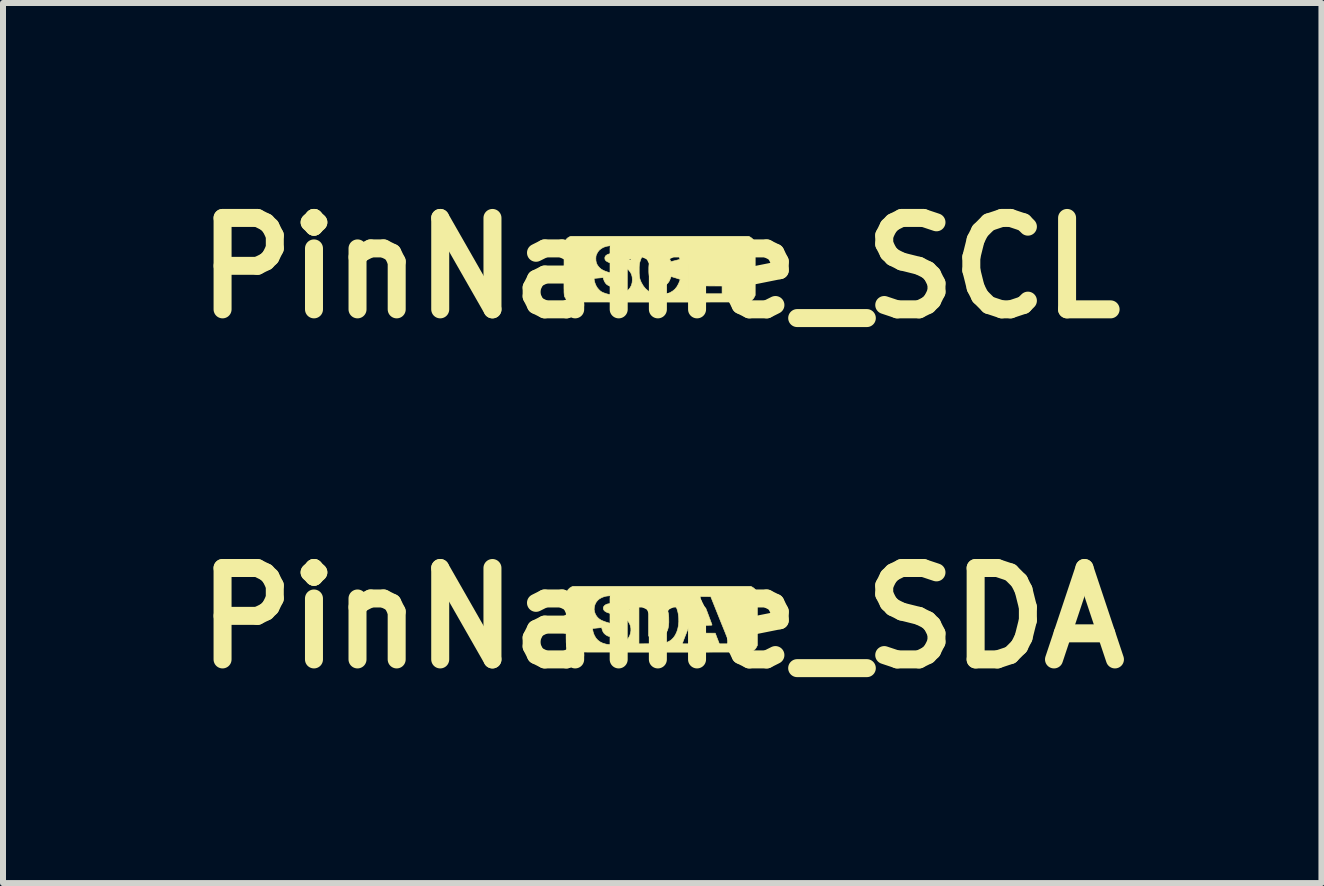
<source format=kicad_pcb>
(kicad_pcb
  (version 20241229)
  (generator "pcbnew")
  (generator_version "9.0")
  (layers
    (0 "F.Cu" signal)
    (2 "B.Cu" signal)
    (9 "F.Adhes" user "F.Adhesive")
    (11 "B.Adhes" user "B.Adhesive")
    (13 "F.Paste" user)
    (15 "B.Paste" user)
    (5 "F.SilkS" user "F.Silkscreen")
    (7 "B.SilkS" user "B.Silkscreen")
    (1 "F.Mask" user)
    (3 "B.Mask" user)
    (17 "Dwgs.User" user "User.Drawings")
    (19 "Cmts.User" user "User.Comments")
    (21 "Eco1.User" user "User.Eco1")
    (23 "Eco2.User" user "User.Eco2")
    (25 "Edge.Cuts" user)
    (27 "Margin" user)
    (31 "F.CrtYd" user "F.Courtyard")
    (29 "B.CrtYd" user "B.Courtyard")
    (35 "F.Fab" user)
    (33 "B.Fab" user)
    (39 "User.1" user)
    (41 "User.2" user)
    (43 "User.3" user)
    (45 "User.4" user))
  (footprint "PinName_SDA"
    (layer "F.Cu")
    (at 7.99 7.254)
    (property "Reference" "PinName_SDA" (at 0 0 0) (layer "F.SilkS") (effects (font (size 1.524 1.524) (thickness 0.3))))
    (attr through_hole)
    (fp_poly (pts (xy -0.126 -0.225) (xy -0.086 -0.224) (xy -0.053 -0.222) (xy -0.027 -0.22) (xy -0.006 -0.216) (xy 0.011 -0.21) (xy 0.025 -0.202) (xy 0.038 -0.192) (xy 0.051 -0.181) (xy 0.068 -0.16) (xy 0.082 -0.139) (xy 0.093 -0.114) (xy 0.101 -0.085) (xy 0.106 -0.05) (xy 0.109 -0.007) (xy 0.109 0.01) (xy 0.11 0.069) (xy 0.106 0.121) (xy 0.099 0.165) (xy 0.089 0.201) (xy 0.074 0.231) (xy 0.055 0.254) (xy 0.033 0.271) (xy 0.019 0.278) (xy 0.006 0.284) (xy -0.01 0.289) (xy -0.028 0.292) (xy -0.051 0.295) (xy -0.08 0.297) (xy -0.115 0.298) (xy -0.132 0.299) (xy -0.226 0.302) (xy -0.226 -0.227) (xy -0.126 -0.225)) (stroke (width 0.01) (type solid)) (fill yes) (layer "F.SilkS"))
    (fp_poly (pts (xy 0.724 -0.17) (xy 0.728 -0.159) (xy 0.735 -0.141) (xy 0.744 -0.118) (xy 0.754 -0.092) (xy 0.765 -0.062) (xy 0.777 -0.031) (xy 0.788 0.00011) (xy 0.8 0.031) (xy 0.81 0.059) (xy 0.82 0.085) (xy 0.827 0.106) (xy 0.83 0.114) (xy 0.829 0.116) (xy 0.823 0.118) (xy 0.812 0.119) (xy 0.794 0.119) (xy 0.769 0.12) (xy 0.736 0.12) (xy 0.726 0.12) (xy 0.696 0.12) (xy 0.669 0.12) (xy 0.646 0.119) (xy 0.629 0.119) (xy 0.62 0.118) (xy 0.618 0.118) (xy 0.619 0.113) (xy 0.623 0.101) (xy 0.629 0.083) (xy 0.637 0.06) (xy 0.646 0.033) (xy 0.657 0.003) (xy 0.667 -0.027) (xy 0.678 -0.058) (xy 0.689 -0.088) (xy 0.699 -0.115) (xy 0.708 -0.138) (xy 0.715 -0.157) (xy 0.72 -0.169) (xy 0.722 -0.174) (xy 0.724 -0.17)) (stroke (width 0.01) (type solid)) (fill yes) (layer "F.SilkS"))
    (fp_poly (pts (xy 1.502 -0.516) (xy 1.531 -0.496) (xy 1.557 -0.469) (xy 1.573 -0.442) (xy 1.586 -0.418) (xy 1.586 0.455) (xy 1.575 0.477) (xy 1.566 0.493) (xy 1.557 0.508) (xy 1.552 0.514) (xy 1.537 0.528) (xy 1.516 0.543) (xy 1.493 0.555) (xy 1.475 0.563) (xy 1.471 0.563) (xy 1.463 0.564) (xy 1.45 0.564) (xy 1.432 0.565) (xy 1.41 0.565) (xy 1.382 0.565) (xy 1.349 0.566) (xy 1.31 0.566) (xy 1.265 0.566) (xy 1.214 0.567) (xy 1.156 0.567) (xy 1.092 0.567) (xy 1.022 0.567) (xy 0.944 0.567) (xy 0.858 0.567) (xy 0.766 0.568) (xy 0.665 0.568) (xy 0.557 0.568) (xy 0.44 0.568) (xy 0.315 0.568) (xy 0.181 0.568) (xy 0.038 0.568) (xy -0.012 0.568) (xy -0.15 0.568) (xy -0.279 0.568) (xy -0.4 0.568) (xy -0.512 0.568) (xy -0.616 0.568) (xy -0.713 0.568) (xy -0.802 0.568) (xy -0.884 0.567) (xy -0.959 0.567) (xy -1.028 0.567) (xy -1.09 0.567) (xy -1.147 0.567) (xy -1.198 0.567) (xy -1.243 0.567) (xy -1.284 0.566) (xy -1.32 0.566) (xy -1.352 0.566) (xy -1.379 0.566) (xy -1.403 0.565) (xy -1.423 0.565) (xy -1.44 0.565) (xy -1.455 0.564) (xy -1.466 0.564) (xy -1.476 0.563) (xy -1.483 0.562) (xy -1.489 0.562) (xy -1.494 0.561) (xy -1.497 0.56) (xy -1.5 0.56) (xy -1.502 0.559) (xy -1.503 0.559) (xy -1.537 0.542) (xy -1.563 0.52) (xy -1.575 0.505) (xy -1.579 0.498) (xy -1.583 0.491) (xy -1.587 0.485) (xy -1.59 0.479) (xy -1.593 0.471) (xy -1.595 0.462) (xy -1.597 0.45) (xy -1.598 0.436) (xy -1.6 0.418) (xy -1.601 0.396) (xy -1.601 0.369) (xy -1.602 0.338) (xy -1.602 0.3) (xy -1.602 0.257) (xy -1.602 0.206) (xy -1.602 0.173) (xy -1.161 0.173) (xy -1.16 0.189) (xy -1.155 0.219) (xy -1.146 0.252) (xy -1.133 0.285) (xy -1.129 0.293) (xy -1.104 0.335) (xy -1.073 0.369) (xy -1.034 0.398) (xy -0.99 0.419) (xy -0.939 0.434) (xy -0.929 0.436) (xy -0.902 0.44) (xy -0.868 0.442) (xy -0.831 0.442) (xy -0.793 0.44) (xy -0.758 0.437) (xy -0.727 0.433) (xy -0.715 0.43) (xy -0.388 0.43) (xy -0.317 0.429) (xy 0.333 0.429) (xy 0.501 0.429) (xy 0.533 0.339) (xy 0.566 0.249) (xy 0.725 0.251) (xy 0.884 0.252) (xy 0.901 0.296) (xy 0.91 0.321) (xy 0.922 0.35) (xy 0.932 0.377) (xy 0.935 0.384) (xy 0.952 0.429) (xy 1.037 0.429) (xy 1.064 0.429) (xy 1.087 0.429) (xy 1.106 0.428) (xy 1.118 0.427) (xy 1.122 0.426) (xy 1.121 0.421) (xy 1.116 0.409) (xy 1.108 0.389) (xy 1.097 0.362) (xy 1.084 0.329) (xy 1.069 0.291) (xy 1.052 0.247) (xy 1.033 0.2) (xy 1.012 0.148) (xy 0.99 0.094) (xy 0.967 0.037) (xy 0.965 0.032) (xy 0.809 -0.358) (xy 0.724 -0.359) (xy 0.64 -0.36) (xy 0.496 0.008) (xy 0.475 0.064) (xy 0.454 0.118) (xy 0.433 0.17) (xy 0.415 0.218) (xy 0.398 0.262) (xy 0.382 0.301) (xy 0.369 0.335) (xy 0.358 0.363) (xy 0.35 0.384) (xy 0.345 0.398) (xy 0.343 0.403) (xy 0.333 0.429) (xy -0.317 0.429) (xy -0.191 0.428) (xy -0.141 0.428) (xy -0.099 0.427) (xy -0.065 0.427) (xy -0.038 0.426) (xy -0.016 0.425) (xy 0.001 0.424) (xy 0.015 0.422) (xy 0.026 0.421) (xy 0.035 0.419) (xy 0.037 0.418) (xy 0.066 0.409) (xy 0.096 0.396) (xy 0.124 0.382) (xy 0.147 0.366) (xy 0.152 0.363) (xy 0.187 0.328) (xy 0.216 0.286) (xy 0.24 0.238) (xy 0.258 0.184) (xy 0.27 0.126) (xy 0.276 0.064) (xy 0.275 -0.002) (xy 0.273 -0.023) (xy 0.267 -0.072) (xy 0.258 -0.114) (xy 0.246 -0.153) (xy 0.229 -0.192) (xy 0.228 -0.194) (xy 0.216 -0.217) (xy 0.204 -0.236) (xy 0.19 -0.253) (xy 0.171 -0.273) (xy 0.169 -0.275) (xy 0.142 -0.3) (xy 0.118 -0.318) (xy 0.101 -0.327) (xy 0.087 -0.334) (xy 0.074 -0.339) (xy 0.061 -0.344) (xy 0.047 -0.348) (xy 0.032 -0.351) (xy 0.013 -0.353) (xy -0.009 -0.355) (xy -0.035 -0.356) (xy -0.067 -0.357) (xy -0.106 -0.358) (xy -0.153 -0.359) (xy -0.188 -0.359) (xy -0.388 -0.361) (xy -0.388 0.43) (xy -0.715 0.43) (xy -0.714 0.43) (xy -0.668 0.415) (xy -0.63 0.396) (xy -0.598 0.371) (xy -0.592 0.366) (xy -0.563 0.331) (xy -0.542 0.293) (xy -0.529 0.253) (xy -0.522 0.211) (xy -0.523 0.168) (xy -0.531 0.127) (xy -0.547 0.088) (xy -0.57 0.053) (xy -0.584 0.036) (xy -0.602 0.02) (xy -0.621 0.006) (xy -0.643 -0.007) (xy -0.669 -0.019) (xy -0.7 -0.031) (xy -0.737 -0.042) (xy -0.782 -0.055) (xy -0.811 -0.062) (xy -0.851 -0.073) (xy -0.882 -0.082) (xy -0.907 -0.09) (xy -0.927 -0.098) (xy -0.942 -0.106) (xy -0.955 -0.114) (xy -0.955 -0.114) (xy -0.972 -0.132) (xy -0.981 -0.152) (xy -0.982 -0.172) (xy -0.975 -0.192) (xy -0.96 -0.21) (xy -0.938 -0.225) (xy -0.935 -0.227) (xy -0.907 -0.236) (xy -0.875 -0.241) (xy -0.841 -0.243) (xy -0.818 -0.241) (xy -0.783 -0.233) (xy -0.756 -0.221) (xy -0.734 -0.203) (xy -0.719 -0.179) (xy -0.709 -0.155) (xy -0.701 -0.129) (xy -0.624 -0.132) (xy -0.598 -0.133) (xy -0.576 -0.134) (xy -0.559 -0.135) (xy -0.548 -0.136) (xy -0.545 -0.137) (xy -0.544 -0.143) (xy -0.545 -0.156) (xy -0.549 -0.174) (xy -0.554 -0.194) (xy -0.56 -0.214) (xy -0.567 -0.232) (xy -0.57 -0.239) (xy -0.594 -0.277) (xy -0.625 -0.309) (xy -0.662 -0.335) (xy -0.707 -0.354) (xy -0.737 -0.363) (xy -0.762 -0.368) (xy -0.793 -0.37) (xy -0.828 -0.372) (xy -0.864 -0.371) (xy -0.899 -0.37) (xy -0.931 -0.366) (xy -0.955 -0.362) (xy -0.957 -0.361) (xy -1.004 -0.344) (xy -1.045 -0.322) (xy -1.078 -0.294) (xy -1.104 -0.26) (xy -1.122 -0.222) (xy -1.132 -0.183) (xy -1.135 -0.143) (xy -1.128 -0.102) (xy -1.114 -0.064) (xy -1.093 -0.029) (xy -1.065 0.002) (xy -1.041 0.021) (xy -1.021 0.033) (xy -0.998 0.044) (xy -0.97 0.055) (xy -0.937 0.067) (xy -0.897 0.079) (xy -0.849 0.092) (xy -0.847 0.092) (xy -0.803 0.104) (xy -0.768 0.115) (xy -0.74 0.126) (xy -0.719 0.136) (xy -0.704 0.146) (xy -0.694 0.157) (xy -0.692 0.159) (xy -0.682 0.184) (xy -0.68 0.21) (xy -0.688 0.236) (xy -0.704 0.26) (xy -0.711 0.268) (xy -0.729 0.284) (xy -0.748 0.295) (xy -0.769 0.302) (xy -0.796 0.306) (xy -0.83 0.307) (xy -0.836 0.307) (xy -0.86 0.307) (xy -0.877 0.306) (xy -0.89 0.304) (xy -0.902 0.301) (xy -0.914 0.295) (xy -0.915 0.295) (xy -0.946 0.276) (xy -0.971 0.252) (xy -0.99 0.222) (xy -1.003 0.185) (xy -1.004 0.182) (xy -1.01 0.16) (xy -1.032 0.161) (xy -1.047 0.162) (xy -1.067 0.164) (xy -1.09 0.166) (xy -1.108 0.168) (xy -1.161 0.173) (xy -1.602 0.173) (xy -1.602 0.148) (xy -1.602 0.081) (xy -1.601 0.011) (xy -1.6 -0.418) (xy -1.588 -0.443) (xy -1.568 -0.475) (xy -1.541 -0.501) (xy -1.515 -0.517) (xy -1.489 -0.529) (xy 1.476 -0.529) (xy 1.502 -0.516)) (stroke (width 0.01) (type solid)) (fill yes) (layer "F.SilkS")))
  (footprint "PinName_SCL"
    (layer "F.Cu")
    (at 7.954 1.418)
    (property "Reference" "PinName_SCL" (at 0 0 0) (layer "F.SilkS") (effects (font (size 1.524 1.524) (thickness 0.3))))
    (attr through_hole)
    (fp_poly (pts (xy 1.502 -0.516) (xy 1.531 -0.496) (xy 1.557 -0.469) (xy 1.573 -0.442) (xy 1.586 -0.418) (xy 1.586 0.455) (xy 1.575 0.477) (xy 1.566 0.493) (xy 1.557 0.508) (xy 1.552 0.514) (xy 1.537 0.528) (xy 1.516 0.543) (xy 1.493 0.555) (xy 1.475 0.563) (xy 1.471 0.563) (xy 1.463 0.564) (xy 1.45 0.564) (xy 1.432 0.565) (xy 1.41 0.565) (xy 1.382 0.565) (xy 1.349 0.566) (xy 1.31 0.566) (xy 1.265 0.566) (xy 1.214 0.567) (xy 1.156 0.567) (xy 1.092 0.567) (xy 1.022 0.567) (xy 0.944 0.567) (xy 0.858 0.567) (xy 0.766 0.568) (xy 0.665 0.568) (xy 0.557 0.568) (xy 0.44 0.568) (xy 0.315 0.568) (xy 0.181 0.568) (xy 0.038 0.568) (xy -0.012 0.568) (xy -0.15 0.568) (xy -0.279 0.568) (xy -0.4 0.568) (xy -0.512 0.568) (xy -0.616 0.568) (xy -0.713 0.568) (xy -0.802 0.568) (xy -0.884 0.567) (xy -0.959 0.567) (xy -1.028 0.567) (xy -1.09 0.567) (xy -1.147 0.567) (xy -1.198 0.567) (xy -1.243 0.567) (xy -1.284 0.566) (xy -1.32 0.566) (xy -1.352 0.566) (xy -1.379 0.566) (xy -1.403 0.565) (xy -1.423 0.565) (xy -1.44 0.565) (xy -1.455 0.564) (xy -1.466 0.564) (xy -1.476 0.563) (xy -1.483 0.562) (xy -1.489 0.562) (xy -1.494 0.561) (xy -1.497 0.56) (xy -1.5 0.56) (xy -1.502 0.559) (xy -1.503 0.559) (xy -1.537 0.542) (xy -1.563 0.52) (xy -1.575 0.505) (xy -1.579 0.498) (xy -1.583 0.491) (xy -1.587 0.485) (xy -1.59 0.479) (xy -1.593 0.471) (xy -1.595 0.462) (xy -1.597 0.45) (xy -1.598 0.436) (xy -1.6 0.418) (xy -1.601 0.396) (xy -1.601 0.369) (xy -1.602 0.338) (xy -1.602 0.3) (xy -1.602 0.257) (xy -1.602 0.206) (xy -1.602 0.173) (xy -1.099 0.173) (xy -1.099 0.187) (xy -1.097 0.205) (xy -1.092 0.228) (xy -1.084 0.254) (xy -1.074 0.279) (xy -1.063 0.302) (xy -1.063 0.302) (xy -1.045 0.331) (xy -1.021 0.359) (xy -0.996 0.383) (xy -0.974 0.398) (xy -0.952 0.409) (xy -0.925 0.419) (xy -0.896 0.429) (xy -0.868 0.436) (xy -0.855 0.439) (xy -0.833 0.441) (xy -0.804 0.442) (xy -0.771 0.442) (xy -0.737 0.44) (xy -0.705 0.438) (xy -0.676 0.435) (xy -0.654 0.431) (xy -0.651 0.43) (xy -0.602 0.413) (xy -0.561 0.391) (xy -0.526 0.362) (xy -0.499 0.328) (xy -0.478 0.289) (xy -0.466 0.245) (xy -0.462 0.198) (xy -0.462 0.197) (xy -0.465 0.15) (xy -0.475 0.109) (xy -0.493 0.073) (xy -0.518 0.041) (xy -0.523 0.035) (xy -0.546 0.016) (xy -0.348 0.016) (xy -0.348 0.042) (xy -0.348 0.083) (xy -0.346 0.117) (xy -0.343 0.146) (xy -0.339 0.171) (xy -0.332 0.195) (xy -0.323 0.219) (xy -0.311 0.245) (xy -0.307 0.252) (xy -0.278 0.301) (xy -0.243 0.344) (xy -0.202 0.379) (xy -0.155 0.407) (xy -0.103 0.428) (xy -0.056 0.439) (xy -0.034 0.441) (xy -0.006 0.442) (xy 0.026 0.441) (xy 0.058 0.439) (xy 0.087 0.435) (xy 0.111 0.431) (xy 0.115 0.429) (xy 0.165 0.411) (xy 0.209 0.385) (xy 0.248 0.353) (xy 0.28 0.313) (xy 0.307 0.265) (xy 0.323 0.227) (xy 0.337 0.19) (xy 0.264 0.166) (xy 0.239 0.159) (xy 0.218 0.152) (xy 0.201 0.147) (xy 0.19 0.144) (xy 0.187 0.143) (xy 0.183 0.147) (xy 0.178 0.158) (xy 0.172 0.173) (xy 0.172 0.175) (xy 0.155 0.215) (xy 0.132 0.249) (xy 0.105 0.275) (xy 0.073 0.294) (xy 0.037 0.305) (xy -0.001 0.308) (xy -0.028 0.305) (xy -0.067 0.294) (xy -0.1 0.276) (xy -0.128 0.251) (xy -0.151 0.218) (xy -0.169 0.178) (xy -0.176 0.153) (xy -0.181 0.129) (xy -0.185 0.099) (xy -0.187 0.065) (xy -0.187 0.028) (xy -0.187 -0.008) (xy -0.185 -0.04) (xy -0.181 -0.068) (xy -0.178 -0.081) (xy -0.165 -0.121) (xy -0.147 -0.155) (xy -0.124 -0.183) (xy -0.118 -0.188) (xy -0.094 -0.209) (xy -0.07 -0.222) (xy -0.042 -0.232) (xy -0.024 -0.236) (xy 0.016 -0.238) (xy 0.054 -0.233) (xy 0.089 -0.22) (xy 0.12 -0.199) (xy 0.146 -0.172) (xy 0.161 -0.147) (xy 0.169 -0.132) (xy 0.174 -0.119) (xy 0.175 -0.112) (xy 0.177 -0.107) (xy 0.177 -0.106) (xy 0.183 -0.107) (xy 0.196 -0.11) (xy 0.213 -0.114) (xy 0.234 -0.119) (xy 0.257 -0.125) (xy 0.28 -0.131) (xy 0.3 -0.136) (xy 0.316 -0.14) (xy 0.327 -0.143) (xy 0.331 -0.144) (xy 0.33 -0.15) (xy 0.327 -0.161) (xy 0.322 -0.177) (xy 0.315 -0.194) (xy 0.308 -0.21) (xy 0.305 -0.217) (xy 0.279 -0.258) (xy 0.247 -0.293) (xy 0.208 -0.322) (xy 0.164 -0.345) (xy 0.133 -0.356) (xy 0.48 -0.356) (xy 0.48 0.429) (xy 1.034 0.429) (xy 1.034 0.3) (xy 0.837 0.299) (xy 0.64 0.298) (xy 0.638 -0.029) (xy 0.637 -0.356) (xy 0.48 -0.356) (xy 0.133 -0.356) (xy 0.116 -0.362) (xy 0.063 -0.371) (xy 0.006 -0.373) (xy -0.005 -0.372) (xy -0.045 -0.369) (xy -0.08 -0.363) (xy -0.112 -0.353) (xy -0.146 -0.339) (xy -0.157 -0.334) (xy -0.178 -0.323) (xy -0.196 -0.312) (xy -0.212 -0.3) (xy -0.23 -0.283) (xy -0.241 -0.273) (xy -0.259 -0.253) (xy -0.273 -0.237) (xy -0.284 -0.221) (xy -0.295 -0.203) (xy -0.304 -0.184) (xy -0.315 -0.16) (xy -0.326 -0.133) (xy -0.334 -0.107) (xy -0.338 -0.095) (xy -0.342 -0.079) (xy -0.344 -0.065) (xy -0.346 -0.05) (xy -0.347 -0.033) (xy -0.348 -0.012) (xy -0.348 0.016) (xy -0.546 0.016) (xy -0.547 0.015) (xy -0.576 -0.003) (xy -0.612 -0.02) (xy -0.655 -0.036) (xy -0.707 -0.052) (xy -0.748 -0.062) (xy -0.793 -0.074) (xy -0.83 -0.085) (xy -0.86 -0.096) (xy -0.882 -0.107) (xy -0.899 -0.118) (xy -0.91 -0.13) (xy -0.918 -0.144) (xy -0.919 -0.149) (xy -0.921 -0.172) (xy -0.914 -0.193) (xy -0.9 -0.21) (xy -0.876 -0.225) (xy -0.848 -0.235) (xy -0.816 -0.241) (xy -0.783 -0.243) (xy -0.75 -0.24) (xy -0.72 -0.233) (xy -0.694 -0.222) (xy -0.676 -0.207) (xy -0.664 -0.19) (xy -0.653 -0.169) (xy -0.645 -0.148) (xy -0.644 -0.144) (xy -0.641 -0.128) (xy -0.589 -0.131) (xy -0.565 -0.132) (xy -0.541 -0.133) (xy -0.521 -0.134) (xy -0.511 -0.134) (xy -0.485 -0.134) (xy -0.485 -0.151) (xy -0.486 -0.166) (xy -0.489 -0.184) (xy -0.492 -0.196) (xy -0.507 -0.238) (xy -0.531 -0.275) (xy -0.561 -0.307) (xy -0.598 -0.333) (xy -0.643 -0.353) (xy -0.669 -0.361) (xy -0.695 -0.366) (xy -0.728 -0.37) (xy -0.765 -0.372) (xy -0.803 -0.371) (xy -0.84 -0.37) (xy -0.872 -0.366) (xy -0.897 -0.361) (xy -0.944 -0.345) (xy -0.983 -0.322) (xy -1.016 -0.295) (xy -1.042 -0.261) (xy -1.052 -0.24) (xy -1.061 -0.222) (xy -1.066 -0.207) (xy -1.069 -0.191) (xy -1.07 -0.172) (xy -1.071 -0.162) (xy -1.069 -0.12) (xy -1.061 -0.083) (xy -1.045 -0.049) (xy -1.021 -0.017) (xy -1.003 0.001) (xy -0.98 0.02) (xy -0.951 0.037) (xy -0.915 0.053) (xy -0.872 0.068) (xy -0.822 0.083) (xy -0.794 0.09) (xy -0.75 0.101) (xy -0.714 0.112) (xy -0.686 0.122) (xy -0.663 0.132) (xy -0.647 0.142) (xy -0.635 0.153) (xy -0.627 0.165) (xy -0.625 0.169) (xy -0.619 0.195) (xy -0.622 0.221) (xy -0.632 0.246) (xy -0.649 0.268) (xy -0.674 0.287) (xy -0.69 0.296) (xy -0.701 0.301) (xy -0.712 0.304) (xy -0.726 0.306) (xy -0.743 0.307) (xy -0.768 0.307) (xy -0.771 0.307) (xy -0.796 0.307) (xy -0.814 0.306) (xy -0.827 0.305) (xy -0.838 0.302) (xy -0.85 0.297) (xy -0.855 0.295) (xy -0.872 0.285) (xy -0.89 0.273) (xy -0.898 0.265) (xy -0.913 0.247) (xy -0.927 0.223) (xy -0.938 0.197) (xy -0.945 0.175) (xy -0.948 0.163) (xy -0.952 0.159) (xy -0.955 0.159) (xy -0.962 0.16) (xy -0.977 0.162) (xy -0.997 0.164) (xy -1.021 0.166) (xy -1.031 0.167) (xy -1.099 0.173) (xy -1.602 0.173) (xy -1.602 0.148) (xy -1.602 0.081) (xy -1.601 0.011) (xy -1.6 -0.418) (xy -1.588 -0.443) (xy -1.568 -0.475) (xy -1.541 -0.501) (xy -1.515 -0.517) (xy -1.489 -0.529) (xy 1.476 -0.529) (xy 1.502 -0.516)) (stroke (width 0.01) (type solid)) (fill yes) (layer "F.SilkS")))
  (gr_rect
    (start -3 -3)
    (end 18.98 11.672)
    (stroke (width 0.1) (type default))
    (fill no)
    (layer "Edge.Cuts")))
</source>
